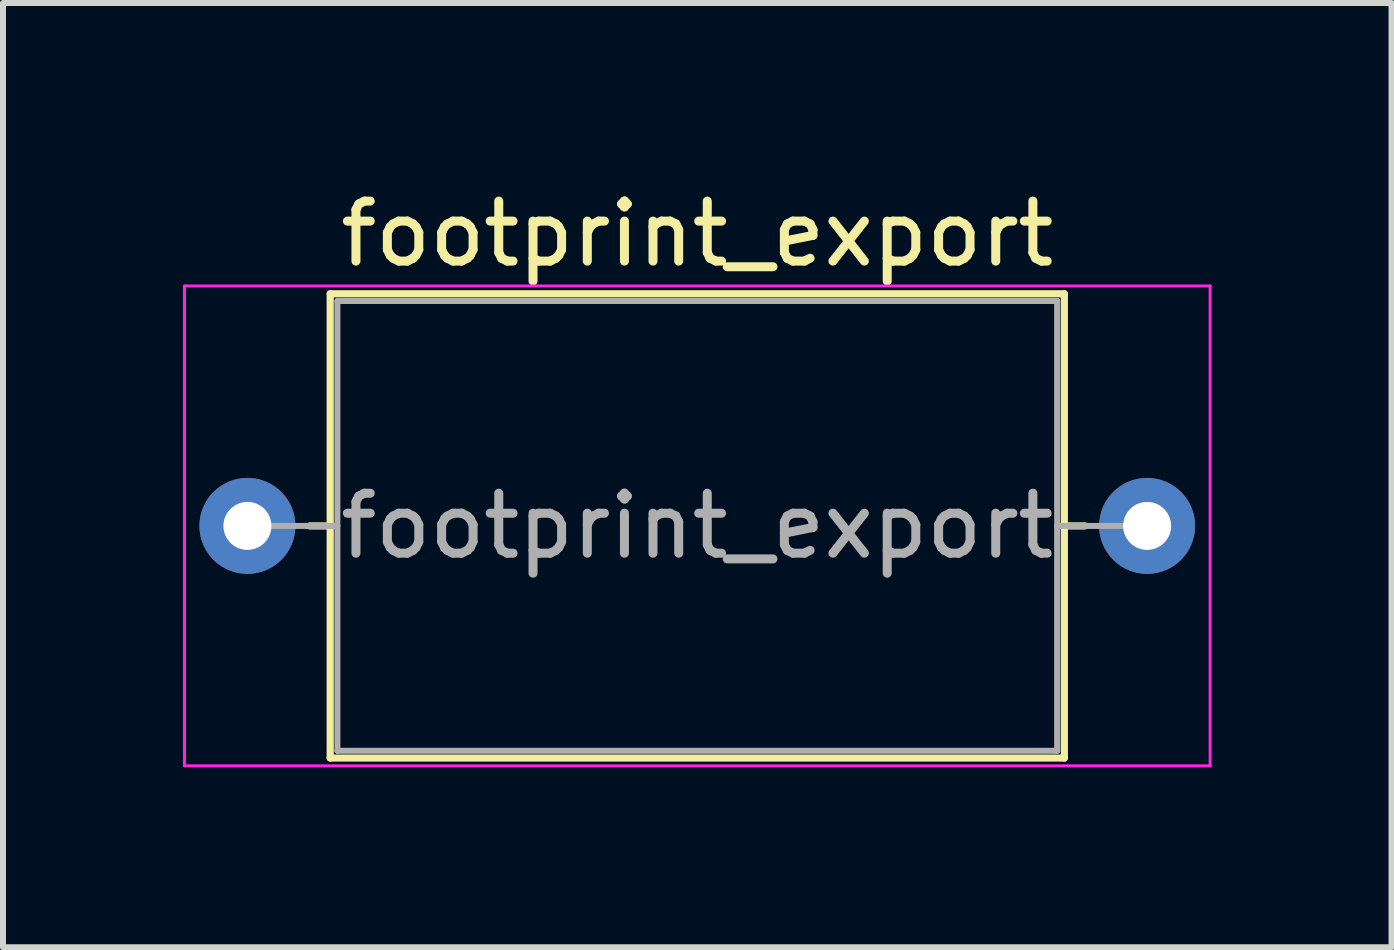
<source format=kicad_pcb>
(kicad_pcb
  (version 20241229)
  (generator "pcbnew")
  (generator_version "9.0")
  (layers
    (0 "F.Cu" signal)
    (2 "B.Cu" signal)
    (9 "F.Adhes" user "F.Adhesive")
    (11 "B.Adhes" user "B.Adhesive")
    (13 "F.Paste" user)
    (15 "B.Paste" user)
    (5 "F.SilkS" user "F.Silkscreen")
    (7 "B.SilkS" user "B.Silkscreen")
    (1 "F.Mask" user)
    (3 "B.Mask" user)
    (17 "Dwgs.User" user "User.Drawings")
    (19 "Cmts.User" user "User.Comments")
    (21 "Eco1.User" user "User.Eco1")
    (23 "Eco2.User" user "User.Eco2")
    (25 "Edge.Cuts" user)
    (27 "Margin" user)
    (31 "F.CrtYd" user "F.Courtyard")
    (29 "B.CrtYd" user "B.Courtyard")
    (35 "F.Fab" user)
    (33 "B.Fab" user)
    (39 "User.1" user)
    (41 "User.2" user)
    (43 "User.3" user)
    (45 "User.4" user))
  (footprint "footprint_export"
    (layer "F.Cu")
    (at 1.075 5.718)
    (property "Reference" "footprint_export" (at 7.5 -4.87 0) (layer "F.SilkS") (effects (font (size 1 1) (thickness 0.15))))
    (attr through_hole)
    (fp_line (start 1.04 0) (end 1.38 0) (stroke (width 0.12) (type solid)) (layer "F.SilkS"))
    (fp_line (start 1.38 -3.87) (end 1.38 3.87) (stroke (width 0.12) (type solid)) (layer "F.SilkS"))
    (fp_line (start 1.38 3.87) (end 13.62 3.87) (stroke (width 0.12) (type solid)) (layer "F.SilkS"))
    (fp_line (start 13.62 -3.87) (end 1.38 -3.87) (stroke (width 0.12) (type solid)) (layer "F.SilkS"))
    (fp_line (start 13.62 3.87) (end 13.62 -3.87) (stroke (width 0.12) (type solid)) (layer "F.SilkS"))
    (fp_line (start 13.96 0) (end 13.62 0) (stroke (width 0.12) (type solid)) (layer "F.SilkS"))
    (fp_line (start -1.05 -4) (end -1.05 4) (stroke (width 0.05) (type solid)) (layer "F.CrtYd"))
    (fp_line (start -1.05 4) (end 16.05 4) (stroke (width 0.05) (type solid)) (layer "F.CrtYd"))
    (fp_line (start 16.05 -4) (end -1.05 -4) (stroke (width 0.05) (type solid)) (layer "F.CrtYd"))
    (fp_line (start 16.05 4) (end 16.05 -4) (stroke (width 0.05) (type solid)) (layer "F.CrtYd"))
    (fp_line (start 0 0) (end 1.5 0) (stroke (width 0.1) (type solid)) (layer "F.Fab"))
    (fp_line (start 1.5 -3.75) (end 1.5 3.75) (stroke (width 0.1) (type solid)) (layer "F.Fab"))
    (fp_line (start 1.5 3.75) (end 13.5 3.75) (stroke (width 0.1) (type solid)) (layer "F.Fab"))
    (fp_line (start 13.5 -3.75) (end 1.5 -3.75) (stroke (width 0.1) (type solid)) (layer "F.Fab"))
    (fp_line (start 13.5 3.75) (end 13.5 -3.75) (stroke (width 0.1) (type solid)) (layer "F.Fab"))
    (fp_line (start 15 0) (end 13.5 0) (stroke (width 0.1) (type solid)) (layer "F.Fab"))
    (fp_text user "${REFERENCE}" (at 7.5 0 0) (layer "F.Fab") (effects (font (size 1 1) (thickness 0.15))))
    (pad "1" thru_hole circle (at 0 0) (size 1.6 1.6) (drill 0.8) (layers "*.Cu" "*.Mask"))
    (pad "2" thru_hole oval (at 15 0) (size 1.6 1.6) (drill 0.8) (layers "*.Cu" "*.Mask")))
  (gr_rect
    (start -3 -3)
    (end 20.15 12.743)
    (stroke (width 0.1) (type default))
    (fill no)
    (layer "Edge.Cuts")))
</source>
